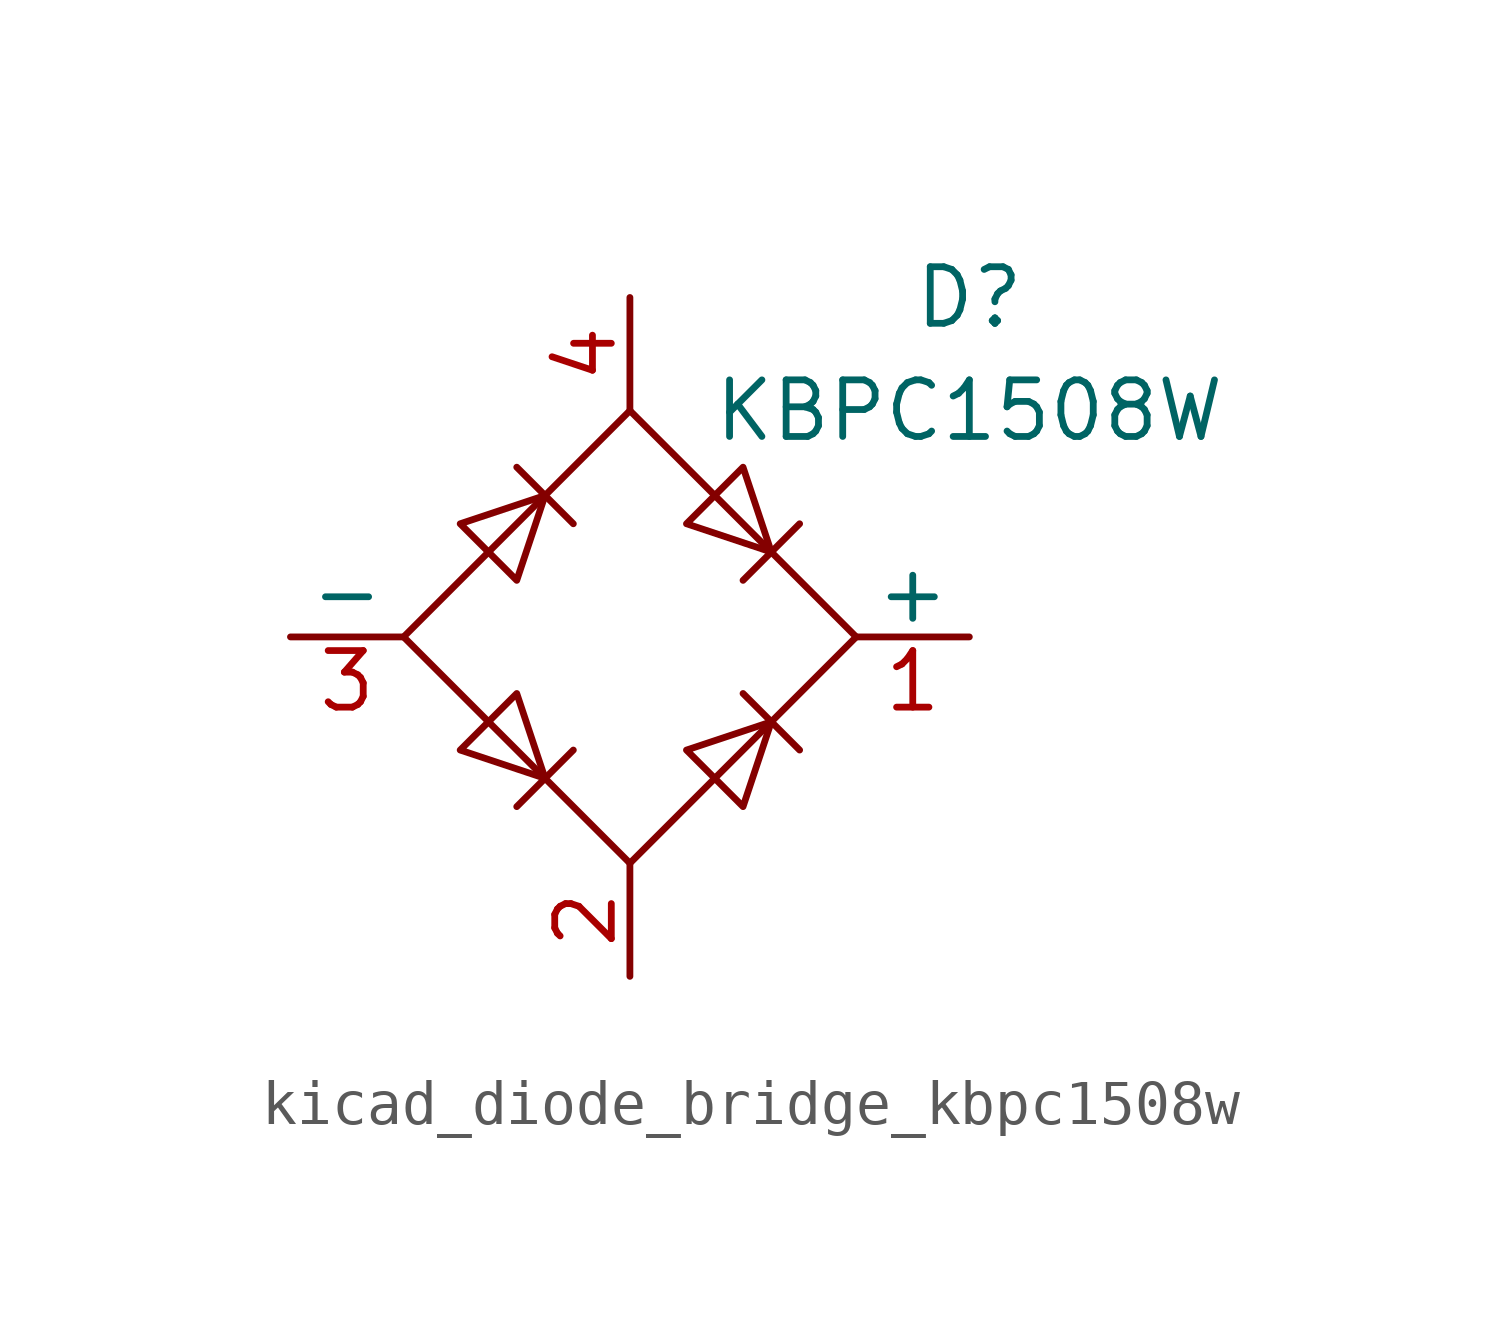
<source format=kicad_sym>
(kicad_symbol_lib
  (version 20220914)
  (generator kicad_symbol_editor)
  (symbol "kicad_diode_bridge_kbpc1508w"
    (pin_names
      (offset 0))
    (property "Reference" "D"
      (at 7.62 7.62 0)
      (effects (font (size 1.27 1.27))))
    (property "Value" "KBPC1508W"
      (at 7.62 5.08 0)
      (effects (font (size 1.27 1.27))))
    (symbol "kicad_diode_bridge_kbpc1508w_0_1"
      (polyline (pts (xy -2.54 3.81) (xy -1.27 2.54)) (stroke (width 0) (type default)) (fill (type none)))
      (polyline (pts (xy -1.27 -2.54) (xy -2.54 -3.81)) (stroke (width 0) (type default)) (fill (type none)))
      (polyline (pts (xy 2.54 -1.27) (xy 3.81 -2.54)) (stroke (width 0) (type default)) (fill (type none)))
      (polyline (pts (xy 2.54 1.27) (xy 3.81 2.54)) (stroke (width 0) (type default)) (fill (type none)))
      (polyline (pts (xy -3.81 2.54) (xy -2.54 1.27) (xy -1.905 3.175) (xy -3.81 2.54)) (stroke (width 0) (type default)) (fill (type none)))
      (polyline (pts (xy -2.54 -1.27) (xy -3.81 -2.54) (xy -1.905 -3.175) (xy -2.54 -1.27)) (stroke (width 0) (type default)) (fill (type none)))
      (polyline (pts (xy 1.27 2.54) (xy 2.54 3.81) (xy 3.175 1.905) (xy 1.27 2.54)) (stroke (width 0) (type default)) (fill (type none)))
      (polyline (pts (xy 3.175 -1.905) (xy 1.27 -2.54) (xy 2.54 -3.81) (xy 3.175 -1.905)) (stroke (width 0) (type default)) (fill (type none)))
      (polyline (pts (xy -5.08 0) (xy 0 -5.08) (xy 5.08 0) (xy 0 5.08) (xy -5.08 0)) (stroke (width 0) (type default)) (fill (type none))))
    (symbol "kicad_diode_bridge_kbpc1508w_1_1"
      (pin passive line (at 7.62 0 180) (length 2.54) (name "+" (effects (font (size 1.27 1.27)))) (number "1" (effects (font (size 1.27 1.27)))))
      (pin passive line (at 0 -7.62 90) (length 2.54) (name "~" (effects (font (size 1.27 1.27)))) (number "2" (effects (font (size 1.27 1.27)))))
      (pin passive line (at -7.62 0 0) (length 2.54) (name "-" (effects (font (size 1.27 1.27)))) (number "3" (effects (font (size 1.27 1.27)))))
      (pin passive line (at 0 7.62 270) (length 2.54) (name "~" (effects (font (size 1.27 1.27)))) (number "4" (effects (font (size 1.27 1.27))))))))
</source>
